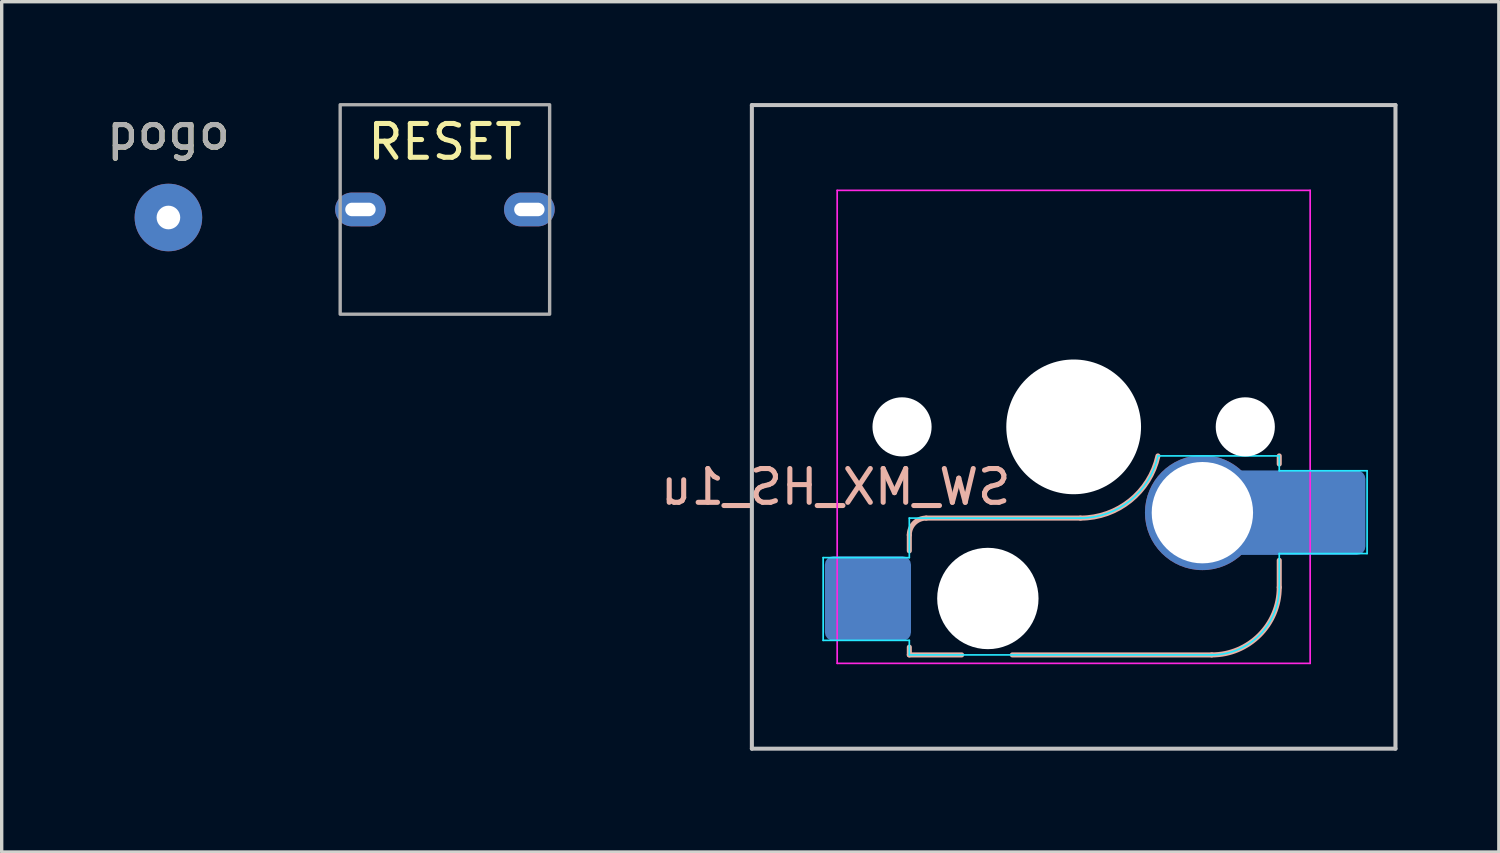
<source format=kicad_pcb>
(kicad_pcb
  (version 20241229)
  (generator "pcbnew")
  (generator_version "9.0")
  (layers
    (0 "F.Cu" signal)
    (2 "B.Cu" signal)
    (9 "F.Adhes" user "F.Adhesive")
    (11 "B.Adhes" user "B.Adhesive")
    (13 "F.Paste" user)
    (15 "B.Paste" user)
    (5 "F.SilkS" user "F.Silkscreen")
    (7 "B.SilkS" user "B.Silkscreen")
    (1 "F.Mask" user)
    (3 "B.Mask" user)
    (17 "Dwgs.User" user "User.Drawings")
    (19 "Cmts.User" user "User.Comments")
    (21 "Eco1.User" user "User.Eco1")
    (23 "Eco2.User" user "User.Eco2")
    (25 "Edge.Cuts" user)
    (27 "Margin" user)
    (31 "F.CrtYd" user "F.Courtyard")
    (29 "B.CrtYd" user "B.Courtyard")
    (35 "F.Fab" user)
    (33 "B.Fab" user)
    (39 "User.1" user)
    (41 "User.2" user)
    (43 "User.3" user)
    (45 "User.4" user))
  (footprint "pogo"
    (layer "F.Cu")
    (at 1.935 3.388)
    (property "Reference" "pogo" (at 0 -2.54 0) (unlocked yes) (layer "F.SilkS") (effects (font (size 1 1) (thickness 0.15))))
    (attr through_hole)
    (fp_text user "${REFERENCE}" (at 0 -2.54 0) (unlocked yes) (layer "F.Fab") (effects (font (size 1 1) (thickness 0.15))))
    (pad "1" thru_hole circle (at 0 0) (size 2 2) (drill 0.7) (layers "*.Cu" "*.Mask")))
  (footprint "SW_MX_HS_1u"
    (layer "F.Cu")
    (at 28.73 9.585)
    (property "Reference" "SW_MX_HS_1u" (at -1.778 1.778 0) (unlocked yes) (layer "B.SilkS") (effects (font (size 1 1) (thickness 0.15)) (justify left mirror)))
    (attr smd)
    (fp_line (start -4.865 3.67) (end -4.865 3.2) (stroke (width 0.15) (type solid)) (layer "B.SilkS"))
    (fp_line (start -4.865 6.75) (end -4.865 6.52) (stroke (width 0.15) (type solid)) (layer "B.SilkS"))
    (fp_line (start -4.365 2.7) (end 0.2 2.7) (stroke (width 0.15) (type solid)) (layer "B.SilkS"))
    (fp_line (start -3.315 6.75) (end -4.865 6.75) (stroke (width 0.15) (type solid)) (layer "B.SilkS"))
    (fp_line (start 4.085 6.75) (end -1.815 6.75) (stroke (width 0.15) (type solid)) (layer "B.SilkS"))
    (fp_line (start 6.085 1.1) (end 6.085 0.86) (stroke (width 0.15) (type solid)) (layer "B.SilkS"))
    (fp_line (start 6.085 3.95) (end 6.085 4.75) (stroke (width 0.15) (type solid)) (layer "B.SilkS"))
    (fp_arc (start -4.864824 3.20022) (mid -4.718378 2.846665) (end -4.364824 2.70022) (stroke (width 0.15) (type solid)) (layer "B.SilkS"))
    (fp_arc (start 2.494322 0.86022) (mid 1.670693 2.183637) (end 0.2 2.70022) (stroke (width 0.15) (type solid)) (layer "B.SilkS"))
    (fp_arc (start 6.085176 4.75022) (mid 5.499388 6.164432) (end 4.085176 6.75022) (stroke (width 0.15) (type solid)) (layer "B.SilkS"))
    (fp_line (start -9.525 -9.525) (end -9.525 9.525) (stroke (width 0.12) (type solid)) (layer "Dwgs.User"))
    (fp_line (start -9.525 9.525) (end 9.525 9.525) (stroke (width 0.12) (type solid)) (layer "Dwgs.User"))
    (fp_line (start 9.525 -9.525) (end -9.525 -9.525) (stroke (width 0.12) (type solid)) (layer "Dwgs.User"))
    (fp_line (start 9.525 9.525) (end 9.525 -9.525) (stroke (width 0.12) (type solid)) (layer "Dwgs.User"))
    (fp_line (start -7 6.5) (end -7 -6.5) (stroke (width 0.05) (type solid)) (layer "Eco2.User"))
    (fp_line (start -6.5 -7) (end 6.5 -7) (stroke (width 0.05) (type solid)) (layer "Eco2.User"))
    (fp_line (start 6.5 7) (end -6.5 7) (stroke (width 0.05) (type solid)) (layer "Eco2.User"))
    (fp_line (start 7 -6.5) (end 7 6.5) (stroke (width 0.05) (type solid)) (layer "Eco2.User"))
    (fp_arc (start -6.997236 -6.498884) (mid -6.850797 -6.85246) (end -6.497236 -6.998884) (stroke (width 0.05) (type solid)) (layer "Eco2.User"))
    (fp_arc (start -6.5 7) (mid -6.853553 6.853553) (end -7 6.5) (stroke (width 0.05) (type solid)) (layer "Eco2.User"))
    (fp_arc (start 6.5 -7) (mid 6.853553 -6.853553) (end 7 -6.5) (stroke (width 0.05) (type solid)) (layer "Eco2.User"))
    (fp_arc (start 7 6.5) (mid 6.853553 6.853553) (end 6.5 7) (stroke (width 0.05) (type solid)) (layer "Eco2.User"))
    (fp_line (start -7.415 3.87) (end -7.415 6.32) (stroke (width 0.05) (type solid)) (layer "B.CrtYd"))
    (fp_line (start -7.415 6.32) (end -4.865 6.32) (stroke (width 0.05) (type solid)) (layer "B.CrtYd"))
    (fp_line (start -4.865 2.7) (end 0.2 2.7) (stroke (width 0.05) (type solid)) (layer "B.CrtYd"))
    (fp_line (start -4.865 3.87) (end -7.415 3.87) (stroke (width 0.05) (type solid)) (layer "B.CrtYd"))
    (fp_line (start -4.865 3.87) (end -4.865 2.7) (stroke (width 0.05) (type solid)) (layer "B.CrtYd"))
    (fp_line (start -4.865 6.75) (end -4.865 6.32) (stroke (width 0.05) (type solid)) (layer "B.CrtYd"))
    (fp_line (start 4.085 6.75) (end -4.865 6.75) (stroke (width 0.05) (type solid)) (layer "B.CrtYd"))
    (fp_line (start 6.085 0.86) (end 2.494 0.86) (stroke (width 0.05) (type solid)) (layer "B.CrtYd"))
    (fp_line (start 6.085 1.3) (end 6.085 0.86) (stroke (width 0.05) (type solid)) (layer "B.CrtYd"))
    (fp_line (start 6.085 3.75) (end 6.085 4.75) (stroke (width 0.05) (type solid)) (layer "B.CrtYd"))
    (fp_line (start 6.085 3.75) (end 8.685 3.75) (stroke (width 0.05) (type solid)) (layer "B.CrtYd"))
    (fp_line (start 8.685 1.3) (end 6.085 1.3) (stroke (width 0.05) (type solid)) (layer "B.CrtYd"))
    (fp_line (start 8.685 3.75) (end 8.685 1.3) (stroke (width 0.05) (type solid)) (layer "B.CrtYd"))
    (fp_arc (start 2.494322 0.86022) (mid 1.670503 2.1834) (end 0.2 2.70022) (stroke (width 0.05) (type solid)) (layer "B.CrtYd"))
    (fp_arc (start 6.085176 4.75022) (mid 5.499388 6.164432) (end 4.085176 6.75022) (stroke (width 0.05) (type solid)) (layer "B.CrtYd"))
    (fp_line (start -7 -7) (end -7 7) (stroke (width 0.05) (type solid)) (layer "F.CrtYd"))
    (fp_line (start -7 7) (end 7 7) (stroke (width 0.05) (type solid)) (layer "F.CrtYd"))
    (fp_line (start 7 -7) (end -7 -7) (stroke (width 0.05) (type solid)) (layer "F.CrtYd"))
    (fp_line (start 7 7) (end 7 -7) (stroke (width 0.05) (type solid)) (layer "F.CrtYd"))
    (pad "" np_thru_hole circle (at -5.08 0 180) (size 1.75 1.75) (drill 1.75) (layers "*.Cu" "*.Mask"))
    (pad "" np_thru_hole circle (at -2.54 5.08 180) (size 3 3) (drill 3) (layers "*.Cu" "*.Mask"))
    (pad "" np_thru_hole circle (at 0 0 180) (size 3.988 3.988) (drill 3.988) (layers "*.Cu" "*.Mask"))
    (pad "" np_thru_hole circle (at 5.08 0 180) (size 1.75 1.75) (drill 1.75) (layers "*.Cu" "*.Mask"))
    (pad "1" thru_hole circle (at 3.81 2.54 180) (size 3.4 3.4) (drill 3) (layers "*.Cu" "*.Mask"))
    (pad "1" smd rect (at 5.51 2.54 180) (size 2.55 2.5) (layers "B.Cu" "B.Mask" "B.Paste"))
    (pad "1" smd roundrect (at 7.36 2.54 180) (size 2.55 2.5) (layers "B.Cu" "B.Mask" "B.Paste") (roundrect_rratio 0.1))
    (pad "2" smd roundrect (at -6.09 5.08 180) (size 2.55 2.5) (layers "B.Cu" "B.Mask" "B.Paste") (roundrect_rratio 0.1)))
  (footprint "RESET"
    (layer "F.Cu")
    (at 10.119 3.15)
    (property "Reference" "RESET" (at 0 -2 0) (unlocked yes) (layer "F.SilkS") (effects (font (size 1 1) (thickness 0.15))))
    (attr through_hole)
    (fp_rect (start 3.1 3.1) (end -3.1 -3.1) (stroke (width 0.1) (type solid)) (fill no) (layer "F.Fab"))
    (pad "1" thru_hole oval (at 2.5 0) (size 1.5 1) (drill oval 0.9 0.4) (layers "*.Cu" "*.Paste" "*.Mask"))
    (pad "2" thru_hole oval (at -2.5 0) (size 1.5 1) (drill oval 0.9 0.4) (layers "*.Cu" "*.Paste" "*.Mask")))
  (gr_rect
    (start -3 -3)
    (end 41.315 22.17)
    (stroke (width 0.1) (type default))
    (fill no)
    (layer "Edge.Cuts")))
</source>
